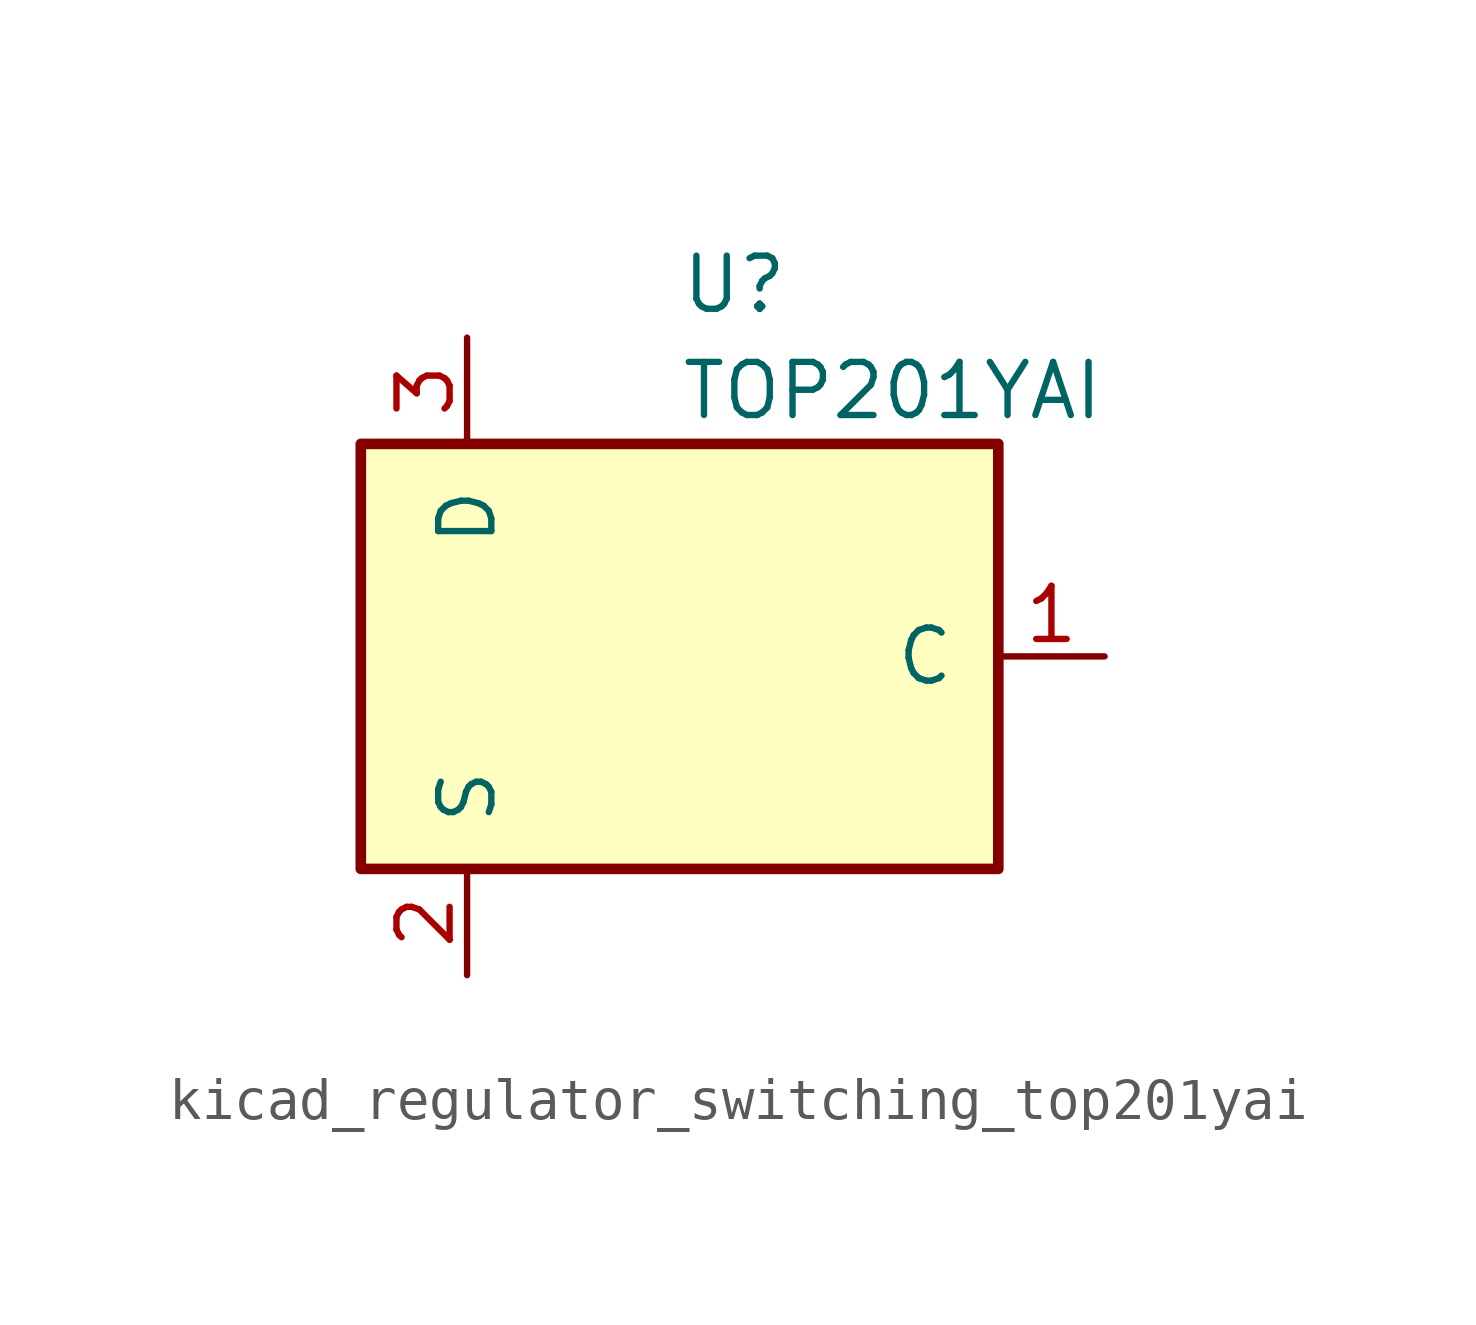
<source format=kicad_sym>
(kicad_symbol_lib
  (version 20220914)
  (generator kicad_symbol_editor)
  (symbol "kicad_regulator_switching_top201yai"
    (pin_names
      (offset 1.016))
    (property "Reference" "U"
      (at 0 8.89 0)
      (effects (font (size 1.27 1.27)) (justify left)))
    (property "Value" "TOP201YAI"
      (at 0 6.35 0)
      (effects (font (size 1.27 1.27)) (justify left)))
    (symbol "kicad_regulator_switching_top201yai_0_1"
      (rectangle (start -7.62 5.08) (end 7.62 -5.08) (stroke (width 0.254) (type default)) (fill (type background))))
    (symbol "kicad_regulator_switching_top201yai_1_1"
      (pin input line (at 10.16 0 180) (length 2.54) (name "C" (effects (font (size 1.27 1.27)))) (number "1" (effects (font (size 1.27 1.27)))))
      (pin power_in line (at -5.08 -7.62 90) (length 2.54) (name "S" (effects (font (size 1.27 1.27)))) (number "2" (effects (font (size 1.27 1.27)))))
      (pin open_collector line (at -5.08 7.62 270) (length 2.54) (name "D" (effects (font (size 1.27 1.27)))) (number "3" (effects (font (size 1.27 1.27))))))))
</source>
